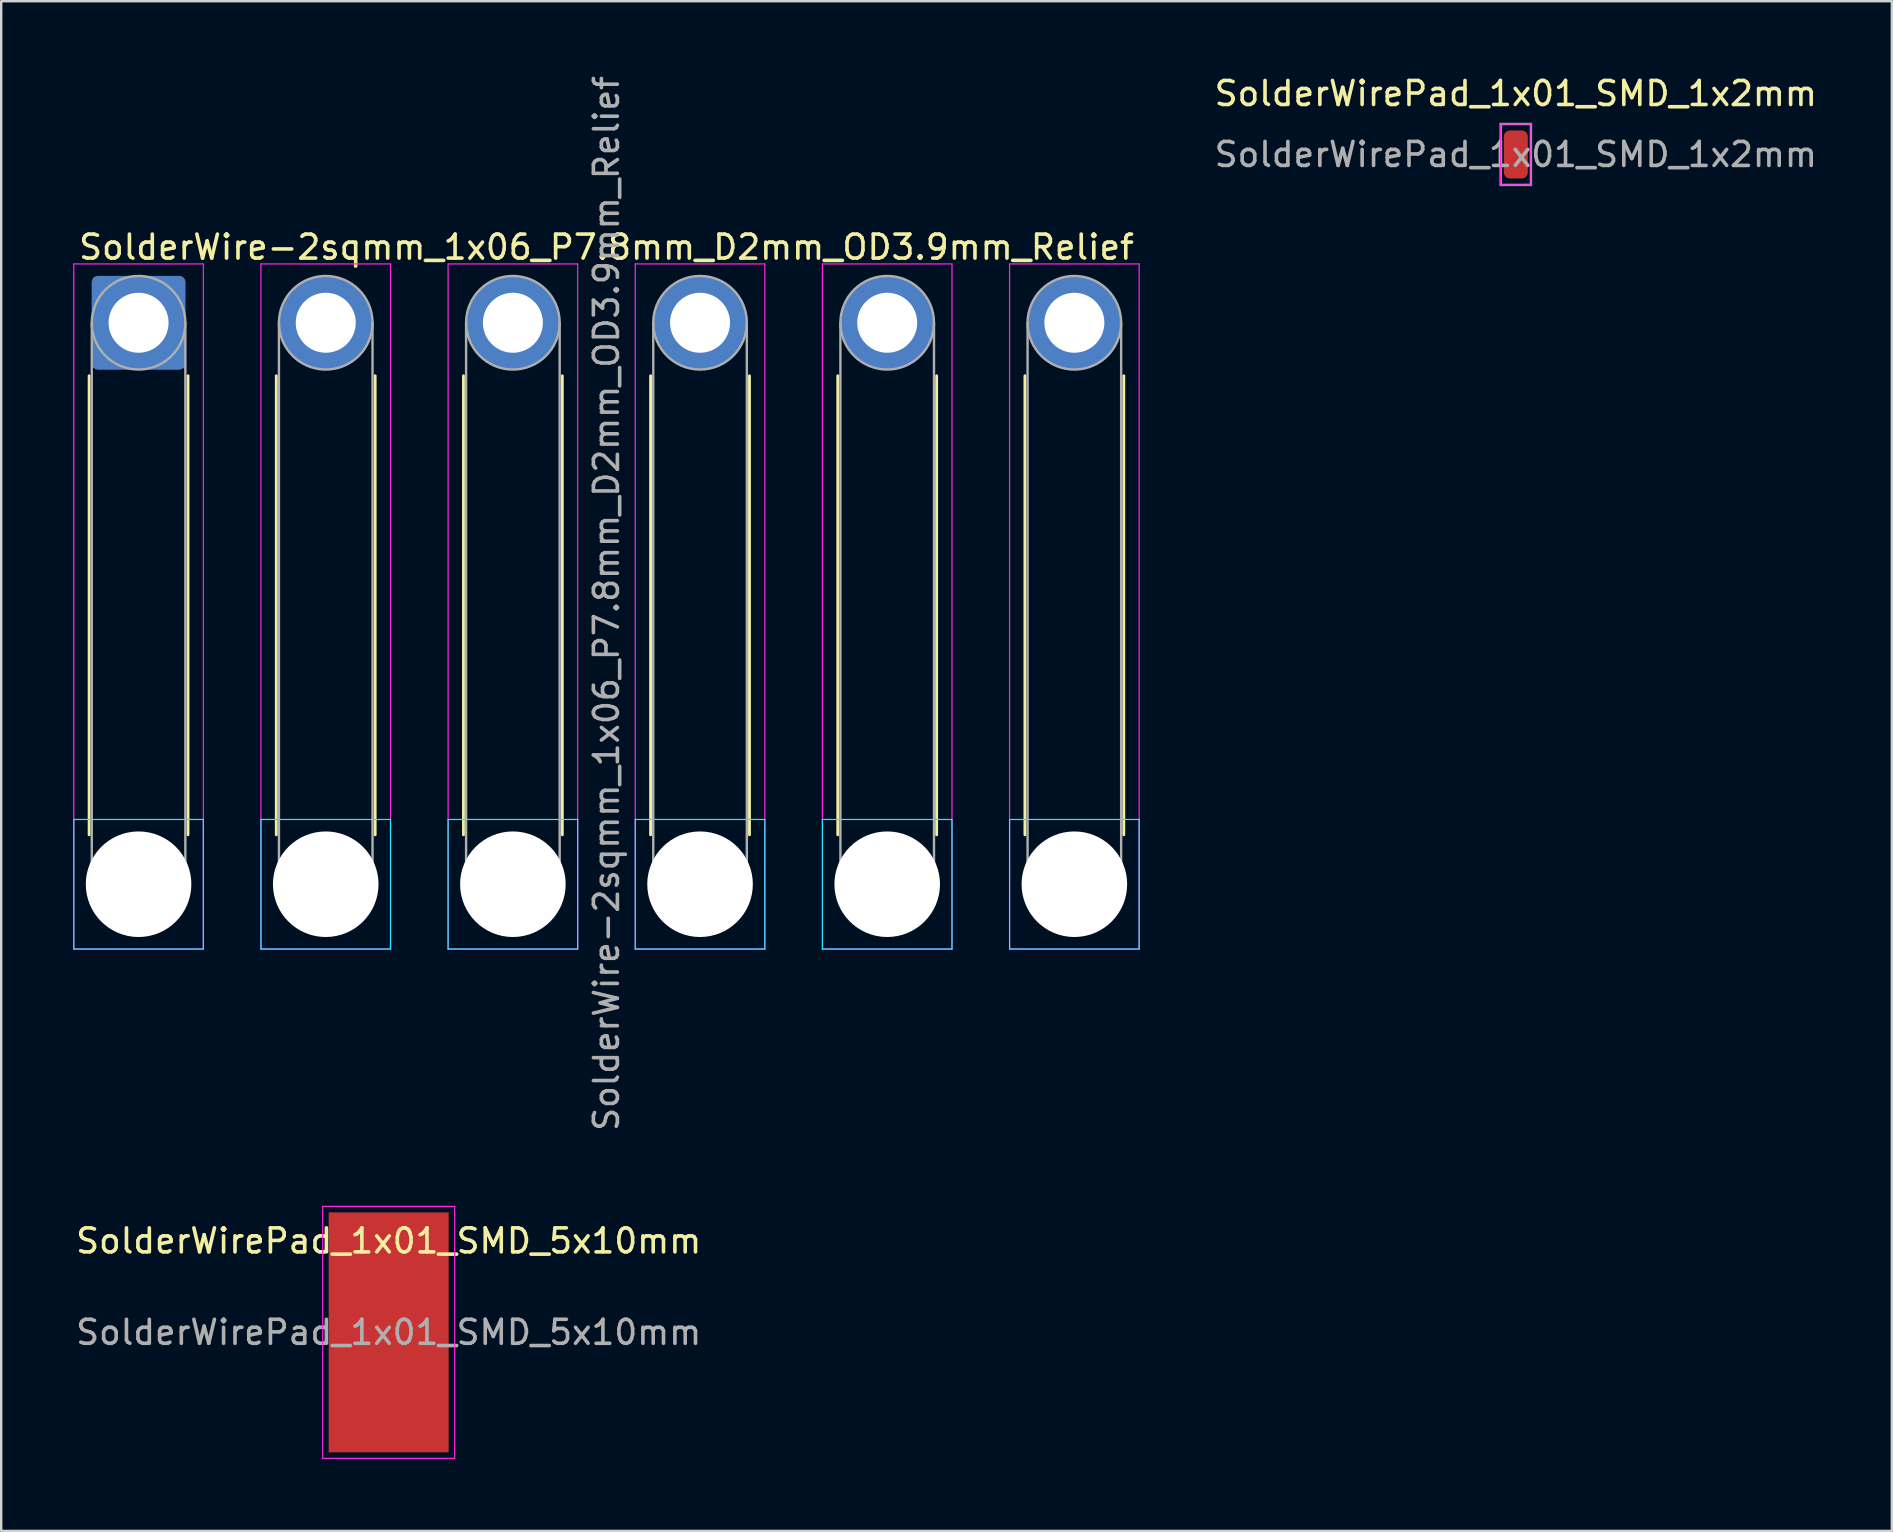
<source format=kicad_pcb>
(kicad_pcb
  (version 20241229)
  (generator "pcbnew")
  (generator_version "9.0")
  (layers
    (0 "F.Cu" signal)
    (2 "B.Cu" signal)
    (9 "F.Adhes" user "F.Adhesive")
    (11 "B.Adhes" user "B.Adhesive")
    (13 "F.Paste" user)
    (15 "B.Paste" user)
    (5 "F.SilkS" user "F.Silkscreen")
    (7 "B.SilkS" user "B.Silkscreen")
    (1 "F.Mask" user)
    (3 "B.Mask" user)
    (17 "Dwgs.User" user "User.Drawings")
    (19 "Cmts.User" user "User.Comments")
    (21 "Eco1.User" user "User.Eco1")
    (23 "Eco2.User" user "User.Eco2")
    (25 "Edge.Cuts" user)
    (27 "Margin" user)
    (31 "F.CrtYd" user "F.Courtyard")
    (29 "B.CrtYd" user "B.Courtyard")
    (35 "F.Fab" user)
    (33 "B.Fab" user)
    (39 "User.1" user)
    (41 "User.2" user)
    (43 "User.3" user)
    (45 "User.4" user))
  (footprint "SolderWirePad_1x01_SMD_5x10mm"
    (layer "F.Cu")
    (at 13.149 52.477)
    (property "Reference" "SolderWirePad_1x01_SMD_5x10mm" (at 0 -3.81 0) (layer "F.SilkS") (effects (font (size 1 1) (thickness 0.15))))
    (attr smd exclude_from_pos_files exclude_from_bom)
    (fp_line (start -2.75 -5.25) (end -2.75 5.25) (stroke (width 0.05) (type solid)) (layer "F.CrtYd"))
    (fp_line (start -2.75 5.25) (end 2.75 5.25) (stroke (width 0.05) (type solid)) (layer "F.CrtYd"))
    (fp_line (start 2.75 -5.25) (end -2.75 -5.25) (stroke (width 0.05) (type solid)) (layer "F.CrtYd"))
    (fp_line (start 2.75 5.25) (end 2.75 -5.25) (stroke (width 0.05) (type solid)) (layer "F.CrtYd"))
    (fp_text user "${REFERENCE}" (at 0 0 0) (layer "F.Fab") (effects (font (size 1 1) (thickness 0.15))))
    (pad "1" smd rect (at 0 0) (size 5 10) (layers "F.Cu" "F.Mask" "F.Paste")))
  (footprint "SolderWirePad_1x01_SMD_1x2mm"
    (layer "F.Cu")
    (at 60.123 3.388)
    (property "Reference" "SolderWirePad_1x01_SMD_1x2mm" (at 0 -2.54 0) (layer "F.SilkS") (effects (font (size 1 1) (thickness 0.15))))
    (attr exclude_from_pos_files exclude_from_bom)
    (fp_line (start -0.63 -1.27) (end -0.63 1.27) (stroke (width 0.05) (type solid)) (layer "F.CrtYd"))
    (fp_line (start -0.63 1.27) (end 0.63 1.27) (stroke (width 0.05) (type solid)) (layer "F.CrtYd"))
    (fp_line (start 0.63 -1.27) (end -0.63 -1.27) (stroke (width 0.05) (type solid)) (layer "F.CrtYd"))
    (fp_line (start 0.63 1.27) (end 0.63 -1.27) (stroke (width 0.05) (type solid)) (layer "F.CrtYd"))
    (fp_line (start -0.63 -1.27) (end 0.63 -1.27) (stroke (width 0.1) (type solid)) (layer "F.Fab"))
    (fp_line (start -0.63 1.27) (end -0.63 -1.27) (stroke (width 0.1) (type solid)) (layer "F.Fab"))
    (fp_line (start 0.63 -1.27) (end 0.63 1.27) (stroke (width 0.1) (type solid)) (layer "F.Fab"))
    (fp_line (start 0.63 1.27) (end -0.63 1.27) (stroke (width 0.1) (type solid)) (layer "F.Fab"))
    (fp_text user "${REFERENCE}" (at 0 0 0) (layer "F.Fab") (effects (font (size 1 1) (thickness 0.15))))
    (pad "1" smd roundrect (at 0 0) (size 1 2) (layers "F.Cu" "F.Mask" "F.Paste") (roundrect_rratio 0.25)))
  (footprint "SolderWire-2sqmm_1x06_P7.8mm_D2mm_OD3.9mm_Relief"
    (layer "F.Cu")
    (at 2.725 10.401)
    (property "Reference" "SolderWire-2sqmm_1x06_P7.8mm_D2mm_OD3.9mm_Relief" (at 19.5 -3.15 0) (layer "F.SilkS") (effects (font (size 1 1) (thickness 0.15))))
    (attr exclude_from_pos_files exclude_from_bom)
    (fp_line (start -2.06 2.21) (end -2.06 21.34) (stroke (width 0.12) (type solid)) (layer "F.SilkS"))
    (fp_line (start 2.06 2.21) (end 2.06 21.34) (stroke (width 0.12) (type solid)) (layer "F.SilkS"))
    (fp_line (start 5.74 2.21) (end 5.74 21.34) (stroke (width 0.12) (type solid)) (layer "F.SilkS"))
    (fp_line (start 9.86 2.21) (end 9.86 21.34) (stroke (width 0.12) (type solid)) (layer "F.SilkS"))
    (fp_line (start 13.54 2.21) (end 13.54 21.34) (stroke (width 0.12) (type solid)) (layer "F.SilkS"))
    (fp_line (start 17.66 2.21) (end 17.66 21.34) (stroke (width 0.12) (type solid)) (layer "F.SilkS"))
    (fp_line (start 21.34 2.21) (end 21.34 21.34) (stroke (width 0.12) (type solid)) (layer "F.SilkS"))
    (fp_line (start 25.46 2.21) (end 25.46 21.34) (stroke (width 0.12) (type solid)) (layer "F.SilkS"))
    (fp_line (start 29.14 2.21) (end 29.14 21.34) (stroke (width 0.12) (type solid)) (layer "F.SilkS"))
    (fp_line (start 33.26 2.21) (end 33.26 21.34) (stroke (width 0.12) (type solid)) (layer "F.SilkS"))
    (fp_line (start 36.94 2.21) (end 36.94 21.34) (stroke (width 0.12) (type solid)) (layer "F.SilkS"))
    (fp_line (start 41.06 2.21) (end 41.06 21.34) (stroke (width 0.12) (type solid)) (layer "F.SilkS"))
    (fp_line (start -2.7 20.7) (end -2.7 26.1) (stroke (width 0.05) (type solid)) (layer "B.CrtYd"))
    (fp_line (start -2.7 26.1) (end 2.7 26.1) (stroke (width 0.05) (type solid)) (layer "B.CrtYd"))
    (fp_line (start 2.7 20.7) (end -2.7 20.7) (stroke (width 0.05) (type solid)) (layer "B.CrtYd"))
    (fp_line (start 2.7 26.1) (end 2.7 20.7) (stroke (width 0.05) (type solid)) (layer "B.CrtYd"))
    (fp_line (start 5.1 20.7) (end 5.1 26.1) (stroke (width 0.05) (type solid)) (layer "B.CrtYd"))
    (fp_line (start 5.1 26.1) (end 10.5 26.1) (stroke (width 0.05) (type solid)) (layer "B.CrtYd"))
    (fp_line (start 10.5 20.7) (end 5.1 20.7) (stroke (width 0.05) (type solid)) (layer "B.CrtYd"))
    (fp_line (start 10.5 26.1) (end 10.5 20.7) (stroke (width 0.05) (type solid)) (layer "B.CrtYd"))
    (fp_line (start 12.9 20.7) (end 12.9 26.1) (stroke (width 0.05) (type solid)) (layer "B.CrtYd"))
    (fp_line (start 12.9 26.1) (end 18.3 26.1) (stroke (width 0.05) (type solid)) (layer "B.CrtYd"))
    (fp_line (start 18.3 20.7) (end 12.9 20.7) (stroke (width 0.05) (type solid)) (layer "B.CrtYd"))
    (fp_line (start 18.3 26.1) (end 18.3 20.7) (stroke (width 0.05) (type solid)) (layer "B.CrtYd"))
    (fp_line (start 20.7 20.7) (end 20.7 26.1) (stroke (width 0.05) (type solid)) (layer "B.CrtYd"))
    (fp_line (start 20.7 26.1) (end 26.1 26.1) (stroke (width 0.05) (type solid)) (layer "B.CrtYd"))
    (fp_line (start 26.1 20.7) (end 20.7 20.7) (stroke (width 0.05) (type solid)) (layer "B.CrtYd"))
    (fp_line (start 26.1 26.1) (end 26.1 20.7) (stroke (width 0.05) (type solid)) (layer "B.CrtYd"))
    (fp_line (start 28.5 20.7) (end 28.5 26.1) (stroke (width 0.05) (type solid)) (layer "B.CrtYd"))
    (fp_line (start 28.5 26.1) (end 33.9 26.1) (stroke (width 0.05) (type solid)) (layer "B.CrtYd"))
    (fp_line (start 33.9 20.7) (end 28.5 20.7) (stroke (width 0.05) (type solid)) (layer "B.CrtYd"))
    (fp_line (start 33.9 26.1) (end 33.9 20.7) (stroke (width 0.05) (type solid)) (layer "B.CrtYd"))
    (fp_line (start 36.3 20.7) (end 36.3 26.1) (stroke (width 0.05) (type solid)) (layer "B.CrtYd"))
    (fp_line (start 36.3 26.1) (end 41.7 26.1) (stroke (width 0.05) (type solid)) (layer "B.CrtYd"))
    (fp_line (start 41.7 20.7) (end 36.3 20.7) (stroke (width 0.05) (type solid)) (layer "B.CrtYd"))
    (fp_line (start 41.7 26.1) (end 41.7 20.7) (stroke (width 0.05) (type solid)) (layer "B.CrtYd"))
    (fp_line (start -2.7 -2.45) (end -2.7 26.1) (stroke (width 0.05) (type solid)) (layer "F.CrtYd"))
    (fp_line (start -2.7 26.1) (end 2.7 26.1) (stroke (width 0.05) (type solid)) (layer "F.CrtYd"))
    (fp_line (start 2.7 -2.45) (end -2.7 -2.45) (stroke (width 0.05) (type solid)) (layer "F.CrtYd"))
    (fp_line (start 2.7 26.1) (end 2.7 -2.45) (stroke (width 0.05) (type solid)) (layer "F.CrtYd"))
    (fp_line (start 5.1 -2.45) (end 5.1 26.1) (stroke (width 0.05) (type solid)) (layer "F.CrtYd"))
    (fp_line (start 5.1 26.1) (end 10.5 26.1) (stroke (width 0.05) (type solid)) (layer "F.CrtYd"))
    (fp_line (start 10.5 -2.45) (end 5.1 -2.45) (stroke (width 0.05) (type solid)) (layer "F.CrtYd"))
    (fp_line (start 10.5 26.1) (end 10.5 -2.45) (stroke (width 0.05) (type solid)) (layer "F.CrtYd"))
    (fp_line (start 12.9 -2.45) (end 12.9 26.1) (stroke (width 0.05) (type solid)) (layer "F.CrtYd"))
    (fp_line (start 12.9 26.1) (end 18.3 26.1) (stroke (width 0.05) (type solid)) (layer "F.CrtYd"))
    (fp_line (start 18.3 -2.45) (end 12.9 -2.45) (stroke (width 0.05) (type solid)) (layer "F.CrtYd"))
    (fp_line (start 18.3 26.1) (end 18.3 -2.45) (stroke (width 0.05) (type solid)) (layer "F.CrtYd"))
    (fp_line (start 20.7 -2.45) (end 20.7 26.1) (stroke (width 0.05) (type solid)) (layer "F.CrtYd"))
    (fp_line (start 20.7 26.1) (end 26.1 26.1) (stroke (width 0.05) (type solid)) (layer "F.CrtYd"))
    (fp_line (start 26.1 -2.45) (end 20.7 -2.45) (stroke (width 0.05) (type solid)) (layer "F.CrtYd"))
    (fp_line (start 26.1 26.1) (end 26.1 -2.45) (stroke (width 0.05) (type solid)) (layer "F.CrtYd"))
    (fp_line (start 28.5 -2.45) (end 28.5 26.1) (stroke (width 0.05) (type solid)) (layer "F.CrtYd"))
    (fp_line (start 28.5 26.1) (end 33.9 26.1) (stroke (width 0.05) (type solid)) (layer "F.CrtYd"))
    (fp_line (start 33.9 -2.45) (end 28.5 -2.45) (stroke (width 0.05) (type solid)) (layer "F.CrtYd"))
    (fp_line (start 33.9 26.1) (end 33.9 -2.45) (stroke (width 0.05) (type solid)) (layer "F.CrtYd"))
    (fp_line (start 36.3 -2.45) (end 36.3 26.1) (stroke (width 0.05) (type solid)) (layer "F.CrtYd"))
    (fp_line (start 36.3 26.1) (end 41.7 26.1) (stroke (width 0.05) (type solid)) (layer "F.CrtYd"))
    (fp_line (start 41.7 -2.45) (end 36.3 -2.45) (stroke (width 0.05) (type solid)) (layer "F.CrtYd"))
    (fp_line (start 41.7 26.1) (end 41.7 -2.45) (stroke (width 0.05) (type solid)) (layer "F.CrtYd"))
    (fp_line (start -1.95 0) (end -1.95 23.4) (stroke (width 0.1) (type solid)) (layer "F.Fab"))
    (fp_line (start 1.95 0) (end 1.95 23.4) (stroke (width 0.1) (type solid)) (layer "F.Fab"))
    (fp_line (start 5.85 0) (end 5.85 23.4) (stroke (width 0.1) (type solid)) (layer "F.Fab"))
    (fp_line (start 9.75 0) (end 9.75 23.4) (stroke (width 0.1) (type solid)) (layer "F.Fab"))
    (fp_line (start 13.65 0) (end 13.65 23.4) (stroke (width 0.1) (type solid)) (layer "F.Fab"))
    (fp_line (start 17.55 0) (end 17.55 23.4) (stroke (width 0.1) (type solid)) (layer "F.Fab"))
    (fp_line (start 21.45 0) (end 21.45 23.4) (stroke (width 0.1) (type solid)) (layer "F.Fab"))
    (fp_line (start 25.35 0) (end 25.35 23.4) (stroke (width 0.1) (type solid)) (layer "F.Fab"))
    (fp_line (start 29.25 0) (end 29.25 23.4) (stroke (width 0.1) (type solid)) (layer "F.Fab"))
    (fp_line (start 33.15 0) (end 33.15 23.4) (stroke (width 0.1) (type solid)) (layer "F.Fab"))
    (fp_line (start 37.05 0) (end 37.05 23.4) (stroke (width 0.1) (type solid)) (layer "F.Fab"))
    (fp_line (start 40.95 0) (end 40.95 23.4) (stroke (width 0.1) (type solid)) (layer "F.Fab"))
    (fp_circle (center 0 0) (end 1.95 0) (stroke (width 0.1) (type solid)) (fill no) (layer "F.Fab"))
    (fp_circle (center 0 23.4) (end 1.95 23.4) (stroke (width 0.1) (type solid)) (fill no) (layer "F.Fab"))
    (fp_circle (center 7.8 0) (end 9.75 0) (stroke (width 0.1) (type solid)) (fill no) (layer "F.Fab"))
    (fp_circle (center 7.8 23.4) (end 9.75 23.4) (stroke (width 0.1) (type solid)) (fill no) (layer "F.Fab"))
    (fp_circle (center 15.6 0) (end 17.55 0) (stroke (width 0.1) (type solid)) (fill no) (layer "F.Fab"))
    (fp_circle (center 15.6 23.4) (end 17.55 23.4) (stroke (width 0.1) (type solid)) (fill no) (layer "F.Fab"))
    (fp_circle (center 23.4 0) (end 25.35 0) (stroke (width 0.1) (type solid)) (fill no) (layer "F.Fab"))
    (fp_circle (center 23.4 23.4) (end 25.35 23.4) (stroke (width 0.1) (type solid)) (fill no) (layer "F.Fab"))
    (fp_circle (center 31.2 0) (end 33.15 0) (stroke (width 0.1) (type solid)) (fill no) (layer "F.Fab"))
    (fp_circle (center 31.2 23.4) (end 33.15 23.4) (stroke (width 0.1) (type solid)) (fill no) (layer "F.Fab"))
    (fp_circle (center 39 0) (end 40.95 0) (stroke (width 0.1) (type solid)) (fill no) (layer "F.Fab"))
    (fp_circle (center 39 23.4) (end 40.95 23.4) (stroke (width 0.1) (type solid)) (fill no) (layer "F.Fab"))
    (fp_text user "${REFERENCE}" (at 19.5 11.7 90) (layer "F.Fab") (effects (font (size 1 1) (thickness 0.15))))
    (pad "" np_thru_hole circle (at 0 23.4) (size 4.4 4.4) (drill 4.4) (layers "*.Cu" "*.Mask"))
    (pad "" np_thru_hole circle (at 7.8 23.4) (size 4.4 4.4) (drill 4.4) (layers "*.Cu" "*.Mask"))
    (pad "" np_thru_hole circle (at 15.6 23.4) (size 4.4 4.4) (drill 4.4) (layers "*.Cu" "*.Mask"))
    (pad "" np_thru_hole circle (at 23.4 23.4) (size 4.4 4.4) (drill 4.4) (layers "*.Cu" "*.Mask"))
    (pad "" np_thru_hole circle (at 31.2 23.4) (size 4.4 4.4) (drill 4.4) (layers "*.Cu" "*.Mask"))
    (pad "" np_thru_hole circle (at 39 23.4) (size 4.4 4.4) (drill 4.4) (layers "*.Cu" "*.Mask"))
    (pad "1" thru_hole roundrect (at 0 0) (size 3.9 3.9) (drill 2.5) (layers "*.Cu" "*.Mask") (roundrect_rratio 0.064))
    (pad "2" thru_hole circle (at 7.8 0) (size 3.9 3.9) (drill 2.5) (layers "*.Cu" "*.Mask"))
    (pad "3" thru_hole circle (at 15.6 0) (size 3.9 3.9) (drill 2.5) (layers "*.Cu" "*.Mask"))
    (pad "4" thru_hole circle (at 23.4 0) (size 3.9 3.9) (drill 2.5) (layers "*.Cu" "*.Mask"))
    (pad "5" thru_hole circle (at 31.2 0) (size 3.9 3.9) (drill 2.5) (layers "*.Cu" "*.Mask"))
    (pad "6" thru_hole circle (at 39 0) (size 3.9 3.9) (drill 2.5) (layers "*.Cu" "*.Mask")))
  (gr_rect
    (start -3 -3)
    (end 75.795 60.752)
    (stroke (width 0.1) (type default))
    (fill no)
    (layer "Edge.Cuts")))
</source>
